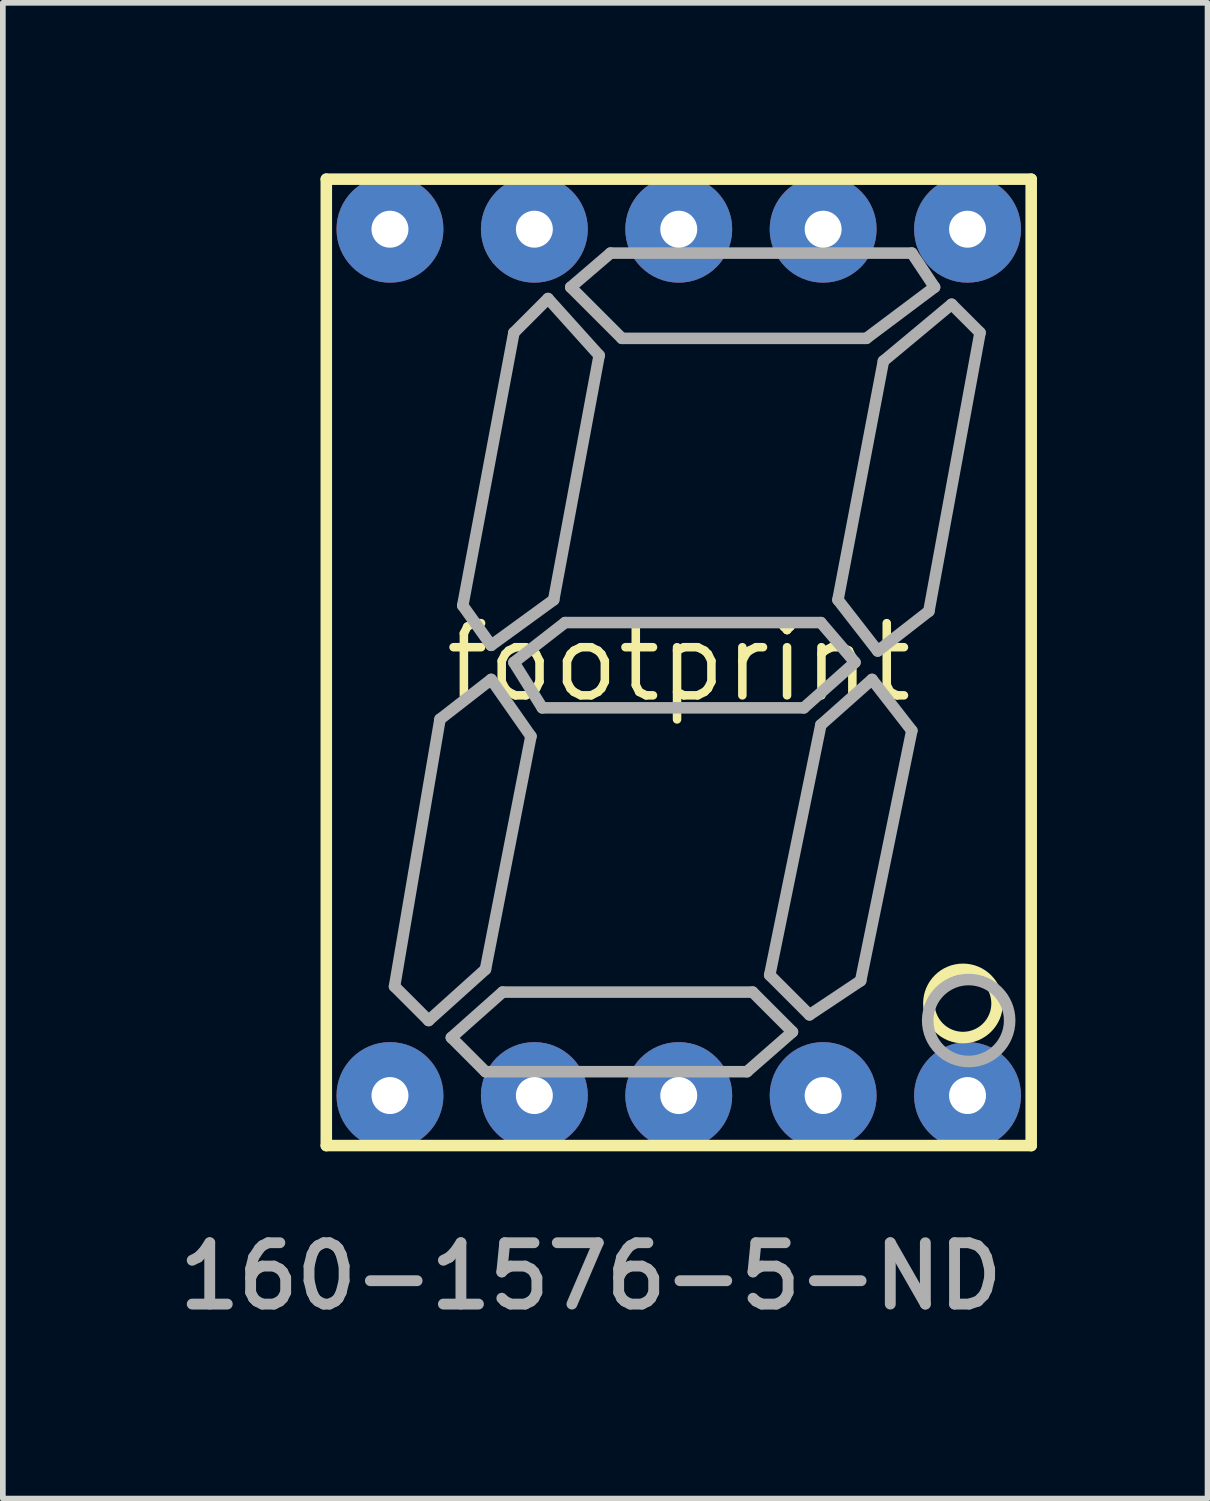
<source format=kicad_pcb>
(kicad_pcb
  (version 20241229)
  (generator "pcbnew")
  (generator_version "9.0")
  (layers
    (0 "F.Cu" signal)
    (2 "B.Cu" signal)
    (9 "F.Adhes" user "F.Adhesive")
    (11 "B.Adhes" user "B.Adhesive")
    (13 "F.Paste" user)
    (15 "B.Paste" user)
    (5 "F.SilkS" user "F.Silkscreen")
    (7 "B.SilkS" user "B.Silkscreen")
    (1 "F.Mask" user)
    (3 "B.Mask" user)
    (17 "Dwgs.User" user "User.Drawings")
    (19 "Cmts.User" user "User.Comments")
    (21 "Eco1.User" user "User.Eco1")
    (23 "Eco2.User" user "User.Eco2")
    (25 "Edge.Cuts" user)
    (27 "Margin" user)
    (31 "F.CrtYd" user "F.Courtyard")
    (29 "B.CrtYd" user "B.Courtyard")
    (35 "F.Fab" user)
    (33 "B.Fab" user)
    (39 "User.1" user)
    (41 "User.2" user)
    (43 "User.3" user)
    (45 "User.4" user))
  (footprint "footprint"
    (layer "F.Cu")
    (at 8.89 8.602)
    (property "Reference" "footprint" (at 0 0 0) (layer "F.SilkS") (effects (font (size 1.27 1.27) (thickness 0.15))))
    (fp_line (start -6.2 -8.5) (end -6.2 8.5) (stroke (width 0.203) (type solid)) (layer "F.SilkS"))
    (fp_line (start -6.2 8.5) (end 6.2 8.5) (stroke (width 0.203) (type solid)) (layer "F.SilkS"))
    (fp_line (start 6.2 -8.5) (end -6.2 -8.5) (stroke (width 0.203) (type solid)) (layer "F.SilkS"))
    (fp_line (start 6.2 8.5) (end 6.2 -8.5) (stroke (width 0.203) (type solid)) (layer "F.SilkS"))
    (fp_circle (center 5 6) (end 5.6 6) (stroke (width 0.203) (type solid)) (fill no) (layer "F.SilkS"))
    (fp_line (start -5 5.7) (end -4.4 6.3) (stroke (width 0.203) (type solid)) (layer "F.Fab"))
    (fp_line (start -4.4 6.3) (end -3.4 5.4) (stroke (width 0.203) (type solid)) (layer "F.Fab"))
    (fp_line (start -4.2 1) (end -5 5.7) (stroke (width 0.203) (type solid)) (layer "F.Fab"))
    (fp_line (start -4 6.6) (end -3.1 5.8) (stroke (width 0.203) (type solid)) (layer "F.Fab"))
    (fp_line (start -3.8 -1) (end -2.9 -5.8) (stroke (width 0.203) (type solid)) (layer "F.Fab"))
    (fp_line (start -3.4 5.4) (end -2.6 1.3) (stroke (width 0.203) (type solid)) (layer "F.Fab"))
    (fp_line (start -3.4 7.2) (end -4 6.6) (stroke (width 0.203) (type solid)) (layer "F.Fab"))
    (fp_line (start -3.3 -0.3) (end -3.8 -1) (stroke (width 0.203) (type solid)) (layer "F.Fab"))
    (fp_line (start -3.3 0.3) (end -4.2 1) (stroke (width 0.203) (type solid)) (layer "F.Fab"))
    (fp_line (start -3.1 5.8) (end 1.3 5.8) (stroke (width 0.203) (type solid)) (layer "F.Fab"))
    (fp_line (start -2.9 -5.8) (end -2.3 -6.4) (stroke (width 0.203) (type solid)) (layer "F.Fab"))
    (fp_line (start -2.9 0) (end -2 -0.7) (stroke (width 0.203) (type solid)) (layer "F.Fab"))
    (fp_line (start -2.6 1.3) (end -3.3 0.3) (stroke (width 0.203) (type solid)) (layer "F.Fab"))
    (fp_line (start -2.4 0.8) (end -2.9 0) (stroke (width 0.203) (type solid)) (layer "F.Fab"))
    (fp_line (start -2.3 -6.4) (end -1.4 -5.4) (stroke (width 0.203) (type solid)) (layer "F.Fab"))
    (fp_line (start -2.2 -1.1) (end -3.3 -0.3) (stroke (width 0.203) (type solid)) (layer "F.Fab"))
    (fp_line (start -2 -0.7) (end 2.5 -0.7) (stroke (width 0.203) (type solid)) (layer "F.Fab"))
    (fp_line (start -1.9 -6.6) (end -1 -5.7) (stroke (width 0.203) (type solid)) (layer "F.Fab"))
    (fp_line (start -1.4 -5.4) (end -2.2 -1.1) (stroke (width 0.203) (type solid)) (layer "F.Fab"))
    (fp_line (start -1.2 -7.2) (end -1.9 -6.6) (stroke (width 0.203) (type solid)) (layer "F.Fab"))
    (fp_line (start -1 -5.7) (end 3.3 -5.7) (stroke (width 0.203) (type solid)) (layer "F.Fab"))
    (fp_line (start 1.2 7.2) (end -3.4 7.2) (stroke (width 0.203) (type solid)) (layer "F.Fab"))
    (fp_line (start 1.3 5.8) (end 2 6.5) (stroke (width 0.203) (type solid)) (layer "F.Fab"))
    (fp_line (start 1.6 5.5) (end 2.5 1.1) (stroke (width 0.203) (type solid)) (layer "F.Fab"))
    (fp_line (start 2 6.5) (end 1.2 7.2) (stroke (width 0.203) (type solid)) (layer "F.Fab"))
    (fp_line (start 2.2 0.8) (end -2.4 0.8) (stroke (width 0.203) (type solid)) (layer "F.Fab"))
    (fp_line (start 2.3 6.2) (end 1.6 5.5) (stroke (width 0.203) (type solid)) (layer "F.Fab"))
    (fp_line (start 2.5 -0.7) (end 3.1 0) (stroke (width 0.203) (type solid)) (layer "F.Fab"))
    (fp_line (start 2.5 1.1) (end 3.4 0.3) (stroke (width 0.203) (type solid)) (layer "F.Fab"))
    (fp_line (start 2.8 -1.1) (end 3.6 -5.3) (stroke (width 0.203) (type solid)) (layer "F.Fab"))
    (fp_line (start 3.1 0) (end 2.2 0.8) (stroke (width 0.203) (type solid)) (layer "F.Fab"))
    (fp_line (start 3.2 5.6) (end 2.3 6.2) (stroke (width 0.203) (type solid)) (layer "F.Fab"))
    (fp_line (start 3.3 -5.7) (end 4.5 -6.6) (stroke (width 0.203) (type solid)) (layer "F.Fab"))
    (fp_line (start 3.4 0.3) (end 4.1 1.2) (stroke (width 0.203) (type solid)) (layer "F.Fab"))
    (fp_line (start 3.5 -0.2) (end 2.8 -1.1) (stroke (width 0.203) (type solid)) (layer "F.Fab"))
    (fp_line (start 3.6 -5.3) (end 4.8 -6.3) (stroke (width 0.203) (type solid)) (layer "F.Fab"))
    (fp_line (start 4.1 -7.2) (end -1.2 -7.2) (stroke (width 0.203) (type solid)) (layer "F.Fab"))
    (fp_line (start 4.1 1.2) (end 3.2 5.6) (stroke (width 0.203) (type solid)) (layer "F.Fab"))
    (fp_line (start 4.4 -0.9) (end 3.5 -0.2) (stroke (width 0.203) (type solid)) (layer "F.Fab"))
    (fp_line (start 4.5 -6.6) (end 4.1 -7.2) (stroke (width 0.203) (type solid)) (layer "F.Fab"))
    (fp_line (start 4.8 -6.3) (end 5.3 -5.8) (stroke (width 0.203) (type solid)) (layer "F.Fab"))
    (fp_line (start 5.3 -5.8) (end 4.4 -0.9) (stroke (width 0.203) (type solid)) (layer "F.Fab"))
    (fp_circle (center 5.1 6.3) (end 5.821 6.3) (stroke (width 0.203) (type solid)) (fill no) (layer "F.Fab"))
    (fp_text user "160-1576-5-ND" (at -8.89 11.43 0) (layer "F.Fab") (effects (font (size 1.079 1.079) (thickness 0.191)) (justify left bottom)))
    (pad "1" thru_hole circle (at -5.08 7.62) (size 1.88 1.88) (drill 0.65) (layers "*.Cu" "*.Mask"))
    (pad "2" thru_hole circle (at -2.54 7.62) (size 1.88 1.88) (drill 0.65) (layers "*.Cu" "*.Mask"))
    (pad "3" thru_hole circle (at 0 7.62) (size 1.88 1.88) (drill 0.65) (layers "*.Cu" "*.Mask"))
    (pad "4" thru_hole circle (at 2.54 7.62) (size 1.88 1.88) (drill 0.65) (layers "*.Cu" "*.Mask"))
    (pad "5" thru_hole circle (at 5.08 7.62) (size 1.88 1.88) (drill 0.65) (layers "*.Cu" "*.Mask"))
    (pad "6" thru_hole circle (at 5.08 -7.62) (size 1.88 1.88) (drill 0.65) (layers "*.Cu" "*.Mask"))
    (pad "7" thru_hole circle (at 2.54 -7.62) (size 1.88 1.88) (drill 0.65) (layers "*.Cu" "*.Mask"))
    (pad "8" thru_hole circle (at 0 -7.62) (size 1.88 1.88) (drill 0.65) (layers "*.Cu" "*.Mask"))
    (pad "9" thru_hole circle (at -2.54 -7.62) (size 1.88 1.88) (drill 0.65) (layers "*.Cu" "*.Mask"))
    (pad "10" thru_hole circle (at -5.08 -7.62) (size 1.88 1.88) (drill 0.65) (layers "*.Cu" "*.Mask")))
  (gr_rect
    (start -3 -3)
    (end 18.192 23.312)
    (stroke (width 0.1) (type default))
    (fill no)
    (layer "Edge.Cuts")))
</source>
